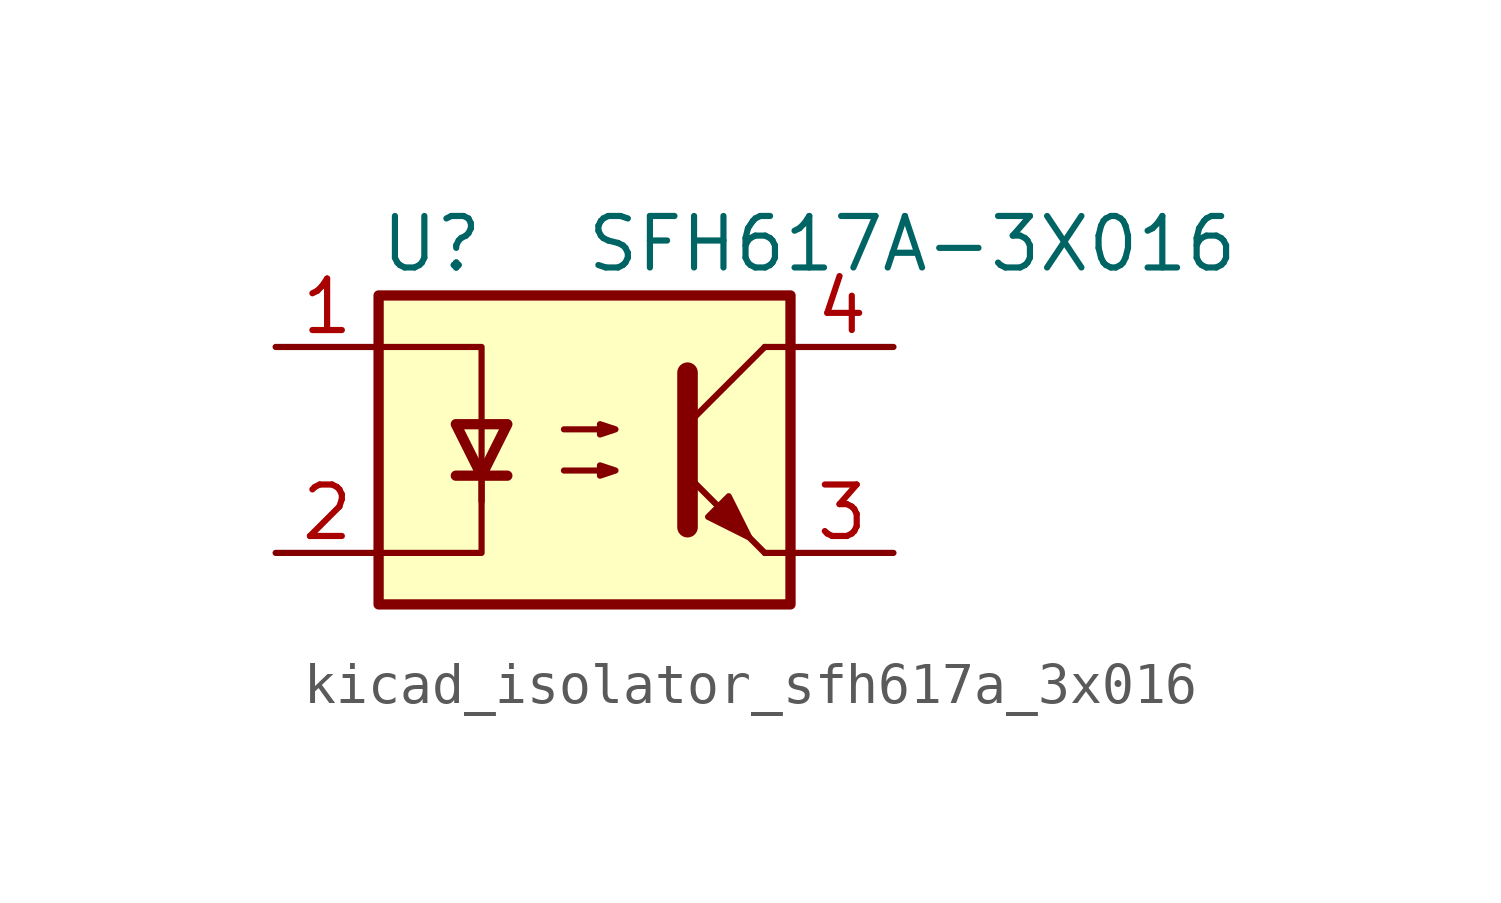
<source format=kicad_sym>
(kicad_symbol_lib
  (version 20220914)
  (generator kicad_symbol_editor)
  (symbol "kicad_isolator_sfh617a_3x016"
    (pin_names
      (offset 1.016))
    (property "Reference" "U"
      (at -5.08 5.08 0)
      (effects (font (size 1.27 1.27)) (justify left)))
    (property "Value" "SFH617A-3X016"
      (at 0 5.08 0)
      (effects (font (size 1.27 1.27)) (justify left)))
    (symbol "kicad_isolator_sfh617a_3x016_0_1"
      (rectangle (start -5.08 3.81) (end 5.08 -3.81) (stroke (width 0.254) (type default)) (fill (type background)))
      (polyline (pts (xy -3.175 -0.635) (xy -1.905 -0.635)) (stroke (width 0.254) (type default)) (fill (type none)))
      (polyline (pts (xy 2.54 0.635) (xy 4.445 2.54)) (stroke (width 0) (type default)) (fill (type none)))
      (polyline (pts (xy 4.445 -2.54) (xy 2.54 -0.635)) (stroke (width 0) (type default)) (fill (type outline)))
      (polyline (pts (xy 4.445 -2.54) (xy 5.08 -2.54)) (stroke (width 0) (type default)) (fill (type none)))
      (polyline (pts (xy 4.445 2.54) (xy 5.08 2.54)) (stroke (width 0) (type default)) (fill (type none)))
      (polyline (pts (xy -2.54 -0.635) (xy -2.54 -2.54) (xy -5.08 -2.54)) (stroke (width 0) (type default)) (fill (type none)))
      (polyline (pts (xy 2.54 1.905) (xy 2.54 -1.905) (xy 2.54 -1.905)) (stroke (width 0.508) (type default)) (fill (type none)))
      (polyline (pts (xy -5.08 2.54) (xy -2.54 2.54) (xy -2.54 -1.27) (xy -2.54 0.635)) (stroke (width 0) (type default)) (fill (type none)))
      (polyline (pts (xy -2.54 -0.635) (xy -3.175 0.635) (xy -1.905 0.635) (xy -2.54 -0.635)) (stroke (width 0.254) (type default)) (fill (type none)))
      (polyline (pts (xy -0.508 -0.508) (xy 0.762 -0.508) (xy 0.381 -0.635) (xy 0.381 -0.381) (xy 0.762 -0.508)) (stroke (width 0) (type default)) (fill (type none)))
      (polyline (pts (xy -0.508 0.508) (xy 0.762 0.508) (xy 0.381 0.381) (xy 0.381 0.635) (xy 0.762 0.508)) (stroke (width 0) (type default)) (fill (type none)))
      (polyline (pts (xy 3.048 -1.651) (xy 3.556 -1.143) (xy 4.064 -2.159) (xy 3.048 -1.651) (xy 3.048 -1.651)) (stroke (width 0) (type default)) (fill (type outline))))
    (symbol "kicad_isolator_sfh617a_3x016_1_1"
      (pin passive line (at -7.62 2.54 0) (length 2.54) (name "~" (effects (font (size 1.27 1.27)))) (number "1" (effects (font (size 1.27 1.27)))))
      (pin passive line (at -7.62 -2.54 0) (length 2.54) (name "~" (effects (font (size 1.27 1.27)))) (number "2" (effects (font (size 1.27 1.27)))))
      (pin passive line (at 7.62 -2.54 180) (length 2.54) (name "~" (effects (font (size 1.27 1.27)))) (number "3" (effects (font (size 1.27 1.27)))))
      (pin passive line (at 7.62 2.54 180) (length 2.54) (name "~" (effects (font (size 1.27 1.27)))) (number "4" (effects (font (size 1.27 1.27))))))))
</source>
